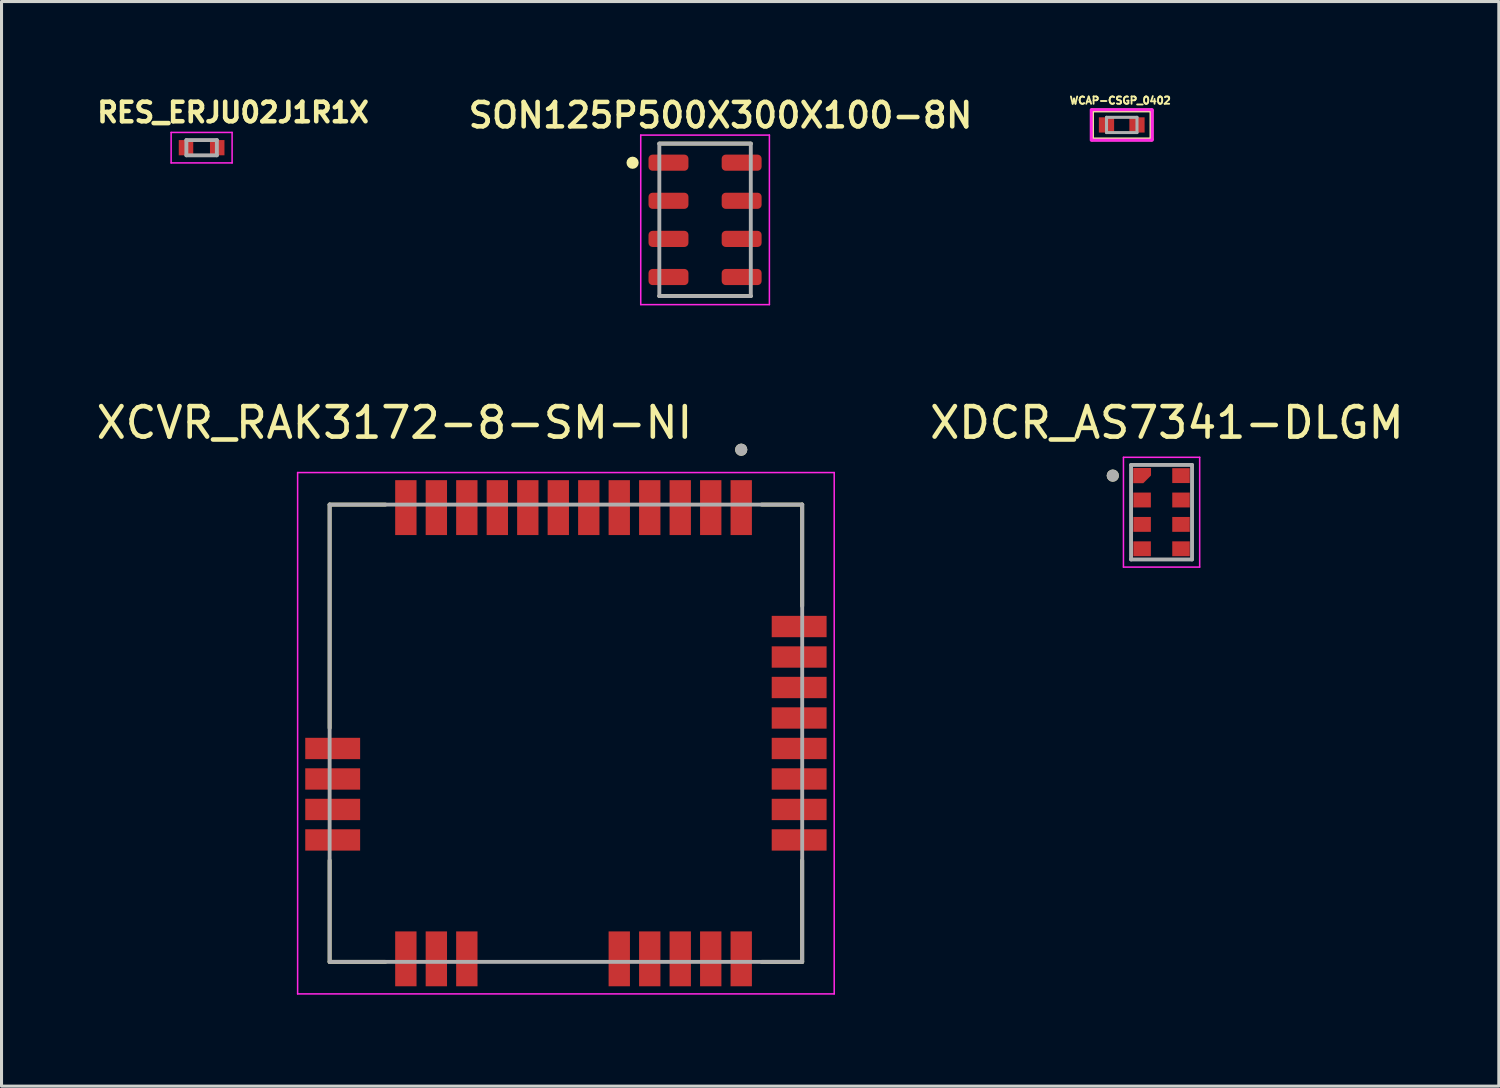
<source format=kicad_pcb>
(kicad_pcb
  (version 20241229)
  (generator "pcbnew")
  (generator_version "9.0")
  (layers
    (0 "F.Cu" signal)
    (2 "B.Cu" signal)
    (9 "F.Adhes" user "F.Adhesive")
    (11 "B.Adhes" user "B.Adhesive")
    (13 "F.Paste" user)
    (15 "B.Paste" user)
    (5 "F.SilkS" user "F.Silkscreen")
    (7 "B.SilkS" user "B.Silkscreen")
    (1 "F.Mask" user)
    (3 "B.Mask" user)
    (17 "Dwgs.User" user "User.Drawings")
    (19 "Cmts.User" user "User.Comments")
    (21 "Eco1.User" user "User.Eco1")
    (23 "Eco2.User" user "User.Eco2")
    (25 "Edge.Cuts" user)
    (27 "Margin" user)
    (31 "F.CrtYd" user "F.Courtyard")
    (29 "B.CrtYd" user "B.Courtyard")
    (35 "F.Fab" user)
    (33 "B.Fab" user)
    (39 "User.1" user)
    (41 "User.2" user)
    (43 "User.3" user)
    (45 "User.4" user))
  (footprint "WCAP-CSGP_0402"
    (layer "F.Cu")
    (at 33.743 1.048)
    (property "Reference" "WCAP-CSGP_0402" (at -0.05 -0.802 0) (layer "F.SilkS") (effects (font (size 0.24 0.24) (thickness 0.15))))
    (attr smd)
    (fp_line (start -0.975 -0.475) (end 0.975 -0.475) (stroke (width 0.127) (type solid)) (layer "F.SilkS"))
    (fp_line (start -0.975 0.475) (end -0.975 -0.475) (stroke (width 0.127) (type solid)) (layer "F.SilkS"))
    (fp_line (start 0.975 -0.475) (end 0.975 0.475) (stroke (width 0.127) (type solid)) (layer "F.SilkS"))
    (fp_line (start 0.975 0.475) (end -0.975 0.475) (stroke (width 0.127) (type solid)) (layer "F.SilkS"))
    (fp_poly (pts (xy -1 -0.5) (xy 1 -0.5) (xy 1 0.5) (xy -1 0.5)) (stroke (width 0.1) (type solid)) (fill no) (layer "F.CrtYd"))
    (fp_line (start -0.5 -0.25) (end -0.5 0.25) (stroke (width 0.1) (type solid)) (layer "F.Fab"))
    (fp_line (start -0.5 -0.25) (end 0.5 -0.25) (stroke (width 0.1) (type solid)) (layer "F.Fab"))
    (fp_line (start -0.5 0.25) (end 0.5 0.25) (stroke (width 0.1) (type solid)) (layer "F.Fab"))
    (fp_line (start 0.5 0.25) (end 0.5 -0.25) (stroke (width 0.1) (type solid)) (layer "F.Fab"))
    (pad "1" smd rect (at 0.5 0) (size 0.5 0.5) (layers "F.Cu" "F.Mask" "F.Paste"))
    (pad "2" smd rect (at -0.5 0) (size 0.5 0.5) (layers "F.Cu" "F.Mask" "F.Paste")))
  (footprint "RES_ERJU02J1R1X"
    (layer "F.Cu")
    (at 3.563 1.794)
    (property "Reference" "RES_ERJU02J1R1X" (at 1.032 -1.156 0) (layer "F.SilkS") (effects (font (size 0.64 0.64) (thickness 0.15))))
    (attr smd)
    (fp_line (start -1 -0.5) (end -1 0.5) (stroke (width 0.05) (type solid)) (layer "F.CrtYd"))
    (fp_line (start -1 0.5) (end 1 0.5) (stroke (width 0.05) (type solid)) (layer "F.CrtYd"))
    (fp_line (start 1 -0.5) (end -1 -0.5) (stroke (width 0.05) (type solid)) (layer "F.CrtYd"))
    (fp_line (start 1 0.5) (end 1 -0.5) (stroke (width 0.05) (type solid)) (layer "F.CrtYd"))
    (fp_line (start -0.5 -0.25) (end -0.5 0.25) (stroke (width 0.127) (type solid)) (layer "F.Fab"))
    (fp_line (start -0.5 -0.25) (end 0.5 -0.25) (stroke (width 0.127) (type solid)) (layer "F.Fab"))
    (fp_line (start -0.5 0.25) (end 0.5 0.25) (stroke (width 0.127) (type solid)) (layer "F.Fab"))
    (fp_line (start 0.5 -0.25) (end 0.5 0.25) (stroke (width 0.127) (type solid)) (layer "F.Fab"))
    (pad "1" smd rect (at -0.512 0) (size 0.475 0.5) (layers "F.Cu" "F.Mask" "F.Paste"))
    (pad "2" smd rect (at 0.512 0) (size 0.475 0.5) (layers "F.Cu" "F.Mask" "F.Paste")))
  (footprint "SON125P500X300X100-8N"
    (layer "F.Cu")
    (at 20.076 4.161)
    (property "Reference" "SON125P500X300X100-8N" (at 0.507 -3.43 0) (layer "F.SilkS") (effects (font (size 0.8 0.8) (thickness 0.15))))
    (attr smd)
    (fp_line (start -1.5 -2.5) (end 1.5 -2.5) (stroke (width 0.127) (type solid)) (layer "F.SilkS"))
    (fp_line (start -1.5 2.5) (end 1.5 2.5) (stroke (width 0.127) (type solid)) (layer "F.SilkS"))
    (fp_circle (center -2.377 -1.873) (end -2.277 -1.873) (stroke (width 0.2) (type solid)) (fill no) (layer "F.SilkS"))
    (fp_line (start -2.11 -2.78) (end -2.11 2.78) (stroke (width 0.05) (type solid)) (layer "F.CrtYd"))
    (fp_line (start -2.11 2.78) (end 2.11 2.78) (stroke (width 0.05) (type solid)) (layer "F.CrtYd"))
    (fp_line (start 2.11 -2.78) (end -2.11 -2.78) (stroke (width 0.05) (type solid)) (layer "F.CrtYd"))
    (fp_line (start 2.11 2.78) (end 2.11 -2.78) (stroke (width 0.05) (type solid)) (layer "F.CrtYd"))
    (fp_line (start -1.5 -2.5) (end -1.5 2.5) (stroke (width 0.127) (type solid)) (layer "F.Fab"))
    (fp_line (start -1.5 2.5) (end 1.5 2.5) (stroke (width 0.127) (type solid)) (layer "F.Fab"))
    (fp_line (start 1.5 -2.5) (end -1.5 -2.5) (stroke (width 0.127) (type solid)) (layer "F.Fab"))
    (fp_line (start 1.5 2.5) (end 1.5 -2.5) (stroke (width 0.127) (type solid)) (layer "F.Fab"))
    (pad "1" smd roundrect (at -1.2 -1.875) (size 1.31 0.53) (layers "F.Cu" "F.Mask" "F.Paste") (roundrect_rratio 0.25))
    (pad "2" smd roundrect (at -1.2 -0.625) (size 1.31 0.53) (layers "F.Cu" "F.Mask" "F.Paste") (roundrect_rratio 0.25))
    (pad "3" smd roundrect (at -1.2 0.625) (size 1.31 0.53) (layers "F.Cu" "F.Mask" "F.Paste") (roundrect_rratio 0.25))
    (pad "4" smd roundrect (at -1.2 1.875) (size 1.31 0.53) (layers "F.Cu" "F.Mask" "F.Paste") (roundrect_rratio 0.25))
    (pad "5" smd roundrect (at 1.2 1.875) (size 1.31 0.53) (layers "F.Cu" "F.Mask" "F.Paste") (roundrect_rratio 0.25))
    (pad "6" smd roundrect (at 1.2 0.625) (size 1.31 0.53) (layers "F.Cu" "F.Mask" "F.Paste") (roundrect_rratio 0.25))
    (pad "7" smd roundrect (at 1.2 -0.625) (size 1.31 0.53) (layers "F.Cu" "F.Mask" "F.Paste") (roundrect_rratio 0.25))
    (pad "8" smd roundrect (at 1.2 -1.875) (size 1.31 0.53) (layers "F.Cu" "F.Mask" "F.Paste") (roundrect_rratio 0.25))
    (zone (net_name "") (layer "F.Cu") (hatch full 0.508) (connect_pads) (min_thickness 0.01) (filled_areas_thickness no) (keepout (tracks not_allowed) (vias not_allowed) (pads not_allowed) (copperpour not_allowed) (footprints allowed)) (placement (enabled no)) (fill) (polygon (pts (xy 18.197 3.974) (xy 21.951 3.974) (xy 21.951 4.349) (xy 18.197 4.349))))
    (zone (net_name "") (layer "F.Cu") (hatch full 0.508) (connect_pads) (min_thickness 0.01) (filled_areas_thickness no) (keepout (tracks not_allowed) (vias not_allowed) (pads not_allowed) (copperpour not_allowed) (footprints allowed)) (placement (enabled no)) (fill) (polygon (pts (xy 18.198 5.224) (xy 21.951 5.224) (xy 21.951 5.601) (xy 18.198 5.601))))
    (zone (net_name "") (layer "F.Cu") (hatch full 0.508) (connect_pads) (min_thickness 0.01) (filled_areas_thickness no) (keepout (tracks not_allowed) (vias not_allowed) (pads not_allowed) (copperpour not_allowed) (footprints allowed)) (placement (enabled no)) (fill) (polygon (pts (xy 18.201 2.724) (xy 21.951 2.724) (xy 21.951 3.099) (xy 18.201 3.099))))
    (zone (net_name "") (layer "F.Cu") (hatch full 0.508) (connect_pads) (min_thickness 0.01) (filled_areas_thickness no) (keepout (tracks not_allowed) (vias not_allowed) (pads not_allowed) (copperpour not_allowed) (footprints allowed)) (placement (enabled no)) (fill) (polygon (pts (xy 19.701 2.256) (xy 20.457 2.256) (xy 20.457 6.096) (xy 19.701 6.096))))
    (zone (net_name "") (layers "F.Cu" "B.Cu") (hatch full 0.508) (connect_pads) (min_thickness 0.01) (filled_areas_thickness no) (keepout (tracks allowed) (vias not_allowed) (pads allowed) (copperpour allowed) (footprints allowed)) (placement (enabled no)) (fill) (polygon (pts (xy 18.198 5.224) (xy 21.951 5.224) (xy 21.951 5.601) (xy 18.198 5.601))))
    (zone (net_name "") (layers "F.Cu" "B.Cu") (hatch full 0.508) (connect_pads) (min_thickness 0.01) (filled_areas_thickness no) (keepout (tracks allowed) (vias not_allowed) (pads allowed) (copperpour allowed) (footprints allowed)) (placement (enabled no)) (fill) (polygon (pts (xy 18.199 3.974) (xy 21.951 3.974) (xy 21.951 4.349) (xy 18.199 4.349))))
    (zone (net_name "") (layers "F.Cu" "B.Cu") (hatch full 0.508) (connect_pads) (min_thickness 0.01) (filled_areas_thickness no) (keepout (tracks allowed) (vias not_allowed) (pads allowed) (copperpour allowed) (footprints allowed)) (placement (enabled no)) (fill) (polygon (pts (xy 18.2 2.724) (xy 21.951 2.724) (xy 21.951 3.098) (xy 18.2 3.098))))
    (zone (net_name "") (layers "F.Cu" "B.Cu") (hatch full 0.508) (connect_pads) (min_thickness 0.01) (filled_areas_thickness no) (keepout (tracks allowed) (vias not_allowed) (pads allowed) (copperpour allowed) (footprints allowed)) (placement (enabled no)) (fill) (polygon (pts (xy 19.701 2.256) (xy 20.457 2.256) (xy 20.457 6.096) (xy 19.701 6.096))))
    (zone (net_name "") (layer "B.Cu") (hatch full 0.508) (connect_pads) (min_thickness 0.01) (filled_areas_thickness no) (keepout (tracks not_allowed) (vias not_allowed) (pads not_allowed) (copperpour not_allowed) (footprints allowed)) (placement (enabled no)) (fill) (polygon (pts (xy 18.198 5.224) (xy 21.951 5.224) (xy 21.951 5.601) (xy 18.198 5.601))))
    (zone (net_name "") (layer "B.Cu") (hatch full 0.508) (connect_pads) (min_thickness 0.01) (filled_areas_thickness no) (keepout (tracks not_allowed) (vias not_allowed) (pads not_allowed) (copperpour not_allowed) (footprints allowed)) (placement (enabled no)) (fill) (polygon (pts (xy 18.198 3.974) (xy 21.951 3.974) (xy 21.951 4.349) (xy 18.198 4.349))))
    (zone (net_name "") (layer "B.Cu") (hatch full 0.508) (connect_pads) (min_thickness 0.01) (filled_areas_thickness no) (keepout (tracks not_allowed) (vias not_allowed) (pads not_allowed) (copperpour not_allowed) (footprints allowed)) (placement (enabled no)) (fill) (polygon (pts (xy 18.198 2.724) (xy 21.951 2.724) (xy 21.951 3.097) (xy 18.198 3.097))))
    (zone (net_name "") (layer "B.Cu") (hatch full 0.508) (connect_pads) (min_thickness 0.01) (filled_areas_thickness no) (keepout (tracks not_allowed) (vias not_allowed) (pads not_allowed) (copperpour not_allowed) (footprints allowed)) (placement (enabled no)) (fill) (polygon (pts (xy 19.701 2.256) (xy 20.457 2.256) (xy 20.457 6.096) (xy 19.701 6.096)))))
  (footprint "XDCR_AS7341-DLGM"
    (layer "F.Cu")
    (at 35.049 13.75)
    (property "Reference" "XDCR_AS7341-DLGM" (at 0.175 -2.935 0) (layer "F.SilkS") (effects (font (size 1 1) (thickness 0.15))))
    (attr smd)
    (fp_poly (pts (xy -1.026 -1.544) (xy -0.251 -1.544) (xy -0.251 -1.156) (xy -0.55 -0.856) (xy -1.026 -0.856)) (stroke (width 0.01) (type solid)) (fill yes) (layer "F.Mask"))
    (fp_circle (center -1.6 -1.2) (end -1.5 -1.2) (stroke (width 0.2) (type solid)) (fill no) (layer "F.SilkS"))
    (fp_poly (pts (xy -0.925 -1.444) (xy -0.35 -1.444) (xy -0.35 -1.206) (xy -0.601 -0.956) (xy -0.925 -0.956)) (stroke (width 0.01) (type solid)) (fill yes) (layer "F.Paste"))
    (fp_line (start -1.25 -1.8) (end -1.25 1.8) (stroke (width 0.05) (type solid)) (layer "F.CrtYd"))
    (fp_line (start -1.25 1.8) (end 1.25 1.8) (stroke (width 0.05) (type solid)) (layer "F.CrtYd"))
    (fp_line (start 1.25 -1.8) (end -1.25 -1.8) (stroke (width 0.05) (type solid)) (layer "F.CrtYd"))
    (fp_line (start 1.25 1.8) (end 1.25 -1.8) (stroke (width 0.05) (type solid)) (layer "F.CrtYd"))
    (fp_line (start -1 -1.55) (end 1 -1.55) (stroke (width 0.127) (type solid)) (layer "F.Fab"))
    (fp_line (start -1 1.55) (end -1 -1.55) (stroke (width 0.127) (type solid)) (layer "F.Fab"))
    (fp_line (start 1 -1.55) (end 1 1.55) (stroke (width 0.127) (type solid)) (layer "F.Fab"))
    (fp_line (start 1 1.55) (end -1 1.55) (stroke (width 0.127) (type solid)) (layer "F.Fab"))
    (fp_circle (center -1.6 -1.2) (end -1.5 -1.2) (stroke (width 0.2) (type solid)) (fill no) (layer "F.Fab"))
    (pad "1" smd custom (at -0.638 -1.2) (size 0.25 0.25) (layers "F.Cu") (options (anchor rect)) (primitives (gr_poly (pts (xy -0.287 -0.244) (xy 0.287 -0.244) (xy 0.287 -0.006) (xy 0.037 0.244) (xy -0.287 0.244)) (width 0.01) (fill yes))))
    (pad "2" smd rect (at -0.638 -0.4) (size 0.575 0.488) (layers "F.Cu" "F.Mask" "F.Paste"))
    (pad "3" smd rect (at -0.638 0.4) (size 0.575 0.488) (layers "F.Cu" "F.Mask" "F.Paste"))
    (pad "4" smd rect (at -0.638 1.2) (size 0.575 0.488) (layers "F.Cu" "F.Mask" "F.Paste"))
    (pad "5" smd rect (at 0.638 1.2) (size 0.575 0.488) (layers "F.Cu" "F.Mask" "F.Paste"))
    (pad "6" smd rect (at 0.638 0.4) (size 0.575 0.488) (layers "F.Cu" "F.Mask" "F.Paste"))
    (pad "7" smd rect (at 0.638 -0.4) (size 0.575 0.488) (layers "F.Cu" "F.Mask" "F.Paste"))
    (pad "8" smd rect (at 0.638 -1.2) (size 0.575 0.488) (layers "F.Cu" "F.Mask" "F.Paste")))
  (footprint "XCVR_RAK3172-8-SM-NI"
    (layer "F.Cu")
    (at 15.512 21)
    (property "Reference" "XCVR_RAK3172-8-SM-NI" (at -5.625 -10.185 0) (layer "F.SilkS") (effects (font (size 1 1) (thickness 0.15))))
    (attr smd)
    (fp_line (start -7.75 -7.5) (end -5.92 -7.5) (stroke (width 0.127) (type solid)) (layer "F.SilkS"))
    (fp_line (start -7.75 -0.17) (end -7.75 -7.5) (stroke (width 0.127) (type solid)) (layer "F.SilkS"))
    (fp_line (start -7.75 7.5) (end -7.75 4.17) (stroke (width 0.127) (type solid)) (layer "F.SilkS"))
    (fp_line (start -5.92 7.5) (end -7.75 7.5) (stroke (width 0.127) (type solid)) (layer "F.SilkS"))
    (fp_line (start 6.42 -7.5) (end 7.75 -7.5) (stroke (width 0.127) (type solid)) (layer "F.SilkS"))
    (fp_line (start 7.75 -7.5) (end 7.75 -4.17) (stroke (width 0.127) (type solid)) (layer "F.SilkS"))
    (fp_line (start 7.75 7.5) (end 6.42 7.5) (stroke (width 0.127) (type solid)) (layer "F.SilkS"))
    (fp_line (start 7.75 7.5) (end 7.75 4.17) (stroke (width 0.127) (type solid)) (layer "F.SilkS"))
    (fp_circle (center 5.75 -9.3) (end 5.85 -9.3) (stroke (width 0.2) (type solid)) (fill no) (layer "F.SilkS"))
    (fp_line (start -8.8 -8.55) (end -8.8 8.55) (stroke (width 0.05) (type solid)) (layer "F.CrtYd"))
    (fp_line (start -8.8 8.55) (end 8.8 8.55) (stroke (width 0.05) (type solid)) (layer "F.CrtYd"))
    (fp_line (start 8.8 -8.55) (end -8.8 -8.55) (stroke (width 0.05) (type solid)) (layer "F.CrtYd"))
    (fp_line (start 8.8 8.55) (end 8.8 -8.55) (stroke (width 0.05) (type solid)) (layer "F.CrtYd"))
    (fp_line (start -7.75 -7.5) (end 7.75 -7.5) (stroke (width 0.127) (type solid)) (layer "F.Fab"))
    (fp_line (start -7.75 7.5) (end -7.75 -7.5) (stroke (width 0.127) (type solid)) (layer "F.Fab"))
    (fp_line (start 7.75 -7.5) (end 7.75 7.5) (stroke (width 0.127) (type solid)) (layer "F.Fab"))
    (fp_line (start 7.75 7.5) (end -7.75 7.5) (stroke (width 0.127) (type solid)) (layer "F.Fab"))
    (fp_circle (center 5.75 -9.3) (end 5.85 -9.3) (stroke (width 0.2) (type solid)) (fill no) (layer "F.Fab"))
    (pad "1" smd rect (at 5.75 -7.4) (size 0.7 1.8) (layers "F.Cu" "F.Mask" "F.Paste"))
    (pad "2" smd rect (at 4.75 -7.4) (size 0.7 1.8) (layers "F.Cu" "F.Mask" "F.Paste"))
    (pad "3" smd rect (at 3.75 -7.4) (size 0.7 1.8) (layers "F.Cu" "F.Mask" "F.Paste"))
    (pad "4" smd rect (at 2.75 -7.4) (size 0.7 1.8) (layers "F.Cu" "F.Mask" "F.Paste"))
    (pad "5" smd rect (at 1.75 -7.4) (size 0.7 1.8) (layers "F.Cu" "F.Mask" "F.Paste"))
    (pad "6" smd rect (at 0.75 -7.4) (size 0.7 1.8) (layers "F.Cu" "F.Mask" "F.Paste"))
    (pad "7" smd rect (at -0.25 -7.4) (size 0.7 1.8) (layers "F.Cu" "F.Mask" "F.Paste"))
    (pad "8" smd rect (at -1.25 -7.4) (size 0.7 1.8) (layers "F.Cu" "F.Mask" "F.Paste"))
    (pad "9" smd rect (at -2.25 -7.4) (size 0.7 1.8) (layers "F.Cu" "F.Mask" "F.Paste"))
    (pad "10" smd rect (at -3.25 -7.4) (size 0.7 1.8) (layers "F.Cu" "F.Mask" "F.Paste"))
    (pad "11" smd rect (at -4.25 -7.4) (size 0.7 1.8) (layers "F.Cu" "F.Mask" "F.Paste"))
    (pad "12" smd rect (at -5.25 -7.4) (size 0.7 1.8) (layers "F.Cu" "F.Mask" "F.Paste"))
    (pad "13" smd rect (at -7.65 0.5) (size 1.8 0.7) (layers "F.Cu" "F.Mask" "F.Paste"))
    (pad "14" smd rect (at -7.65 1.5) (size 1.8 0.7) (layers "F.Cu" "F.Mask" "F.Paste"))
    (pad "15" smd rect (at -7.65 2.5) (size 1.8 0.7) (layers "F.Cu" "F.Mask" "F.Paste"))
    (pad "16" smd rect (at -7.65 3.5) (size 1.8 0.7) (layers "F.Cu" "F.Mask" "F.Paste"))
    (pad "17" smd rect (at -5.25 7.4) (size 0.7 1.8) (layers "F.Cu" "F.Mask" "F.Paste"))
    (pad "18" smd rect (at -4.25 7.4) (size 0.7 1.8) (layers "F.Cu" "F.Mask" "F.Paste"))
    (pad "19" smd rect (at -3.25 7.4) (size 0.7 1.8) (layers "F.Cu" "F.Mask" "F.Paste"))
    (pad "20" smd rect (at 1.75 7.4) (size 0.7 1.8) (layers "F.Cu" "F.Mask" "F.Paste"))
    (pad "21" smd rect (at 2.75 7.4) (size 0.7 1.8) (layers "F.Cu" "F.Mask" "F.Paste"))
    (pad "22" smd rect (at 3.75 7.4) (size 0.7 1.8) (layers "F.Cu" "F.Mask" "F.Paste"))
    (pad "23" smd rect (at 4.75 7.4) (size 0.7 1.8) (layers "F.Cu" "F.Mask" "F.Paste"))
    (pad "24" smd rect (at 5.75 7.4) (size 0.7 1.8) (layers "F.Cu" "F.Mask" "F.Paste"))
    (pad "25" smd rect (at 7.65 3.5) (size 1.8 0.7) (layers "F.Cu" "F.Mask" "F.Paste"))
    (pad "26" smd rect (at 7.65 2.5) (size 1.8 0.7) (layers "F.Cu" "F.Mask" "F.Paste"))
    (pad "27" smd rect (at 7.65 1.5) (size 1.8 0.7) (layers "F.Cu" "F.Mask" "F.Paste"))
    (pad "28" smd rect (at 7.65 0.5) (size 1.8 0.7) (layers "F.Cu" "F.Mask" "F.Paste"))
    (pad "29" smd rect (at 7.65 -0.5) (size 1.8 0.7) (layers "F.Cu" "F.Mask" "F.Paste"))
    (pad "30" smd rect (at 7.65 -1.5) (size 1.8 0.7) (layers "F.Cu" "F.Mask" "F.Paste"))
    (pad "31" smd rect (at 7.65 -2.5) (size 1.8 0.7) (layers "F.Cu" "F.Mask" "F.Paste"))
    (pad "32" smd rect (at 7.65 -3.5) (size 1.8 0.7) (layers "F.Cu" "F.Mask" "F.Paste")))
  (gr_rect
    (start -3 -3)
    (end 46.111 32.575)
    (stroke (width 0.1) (type default))
    (fill no)
    (layer "Edge.Cuts")))
</source>
